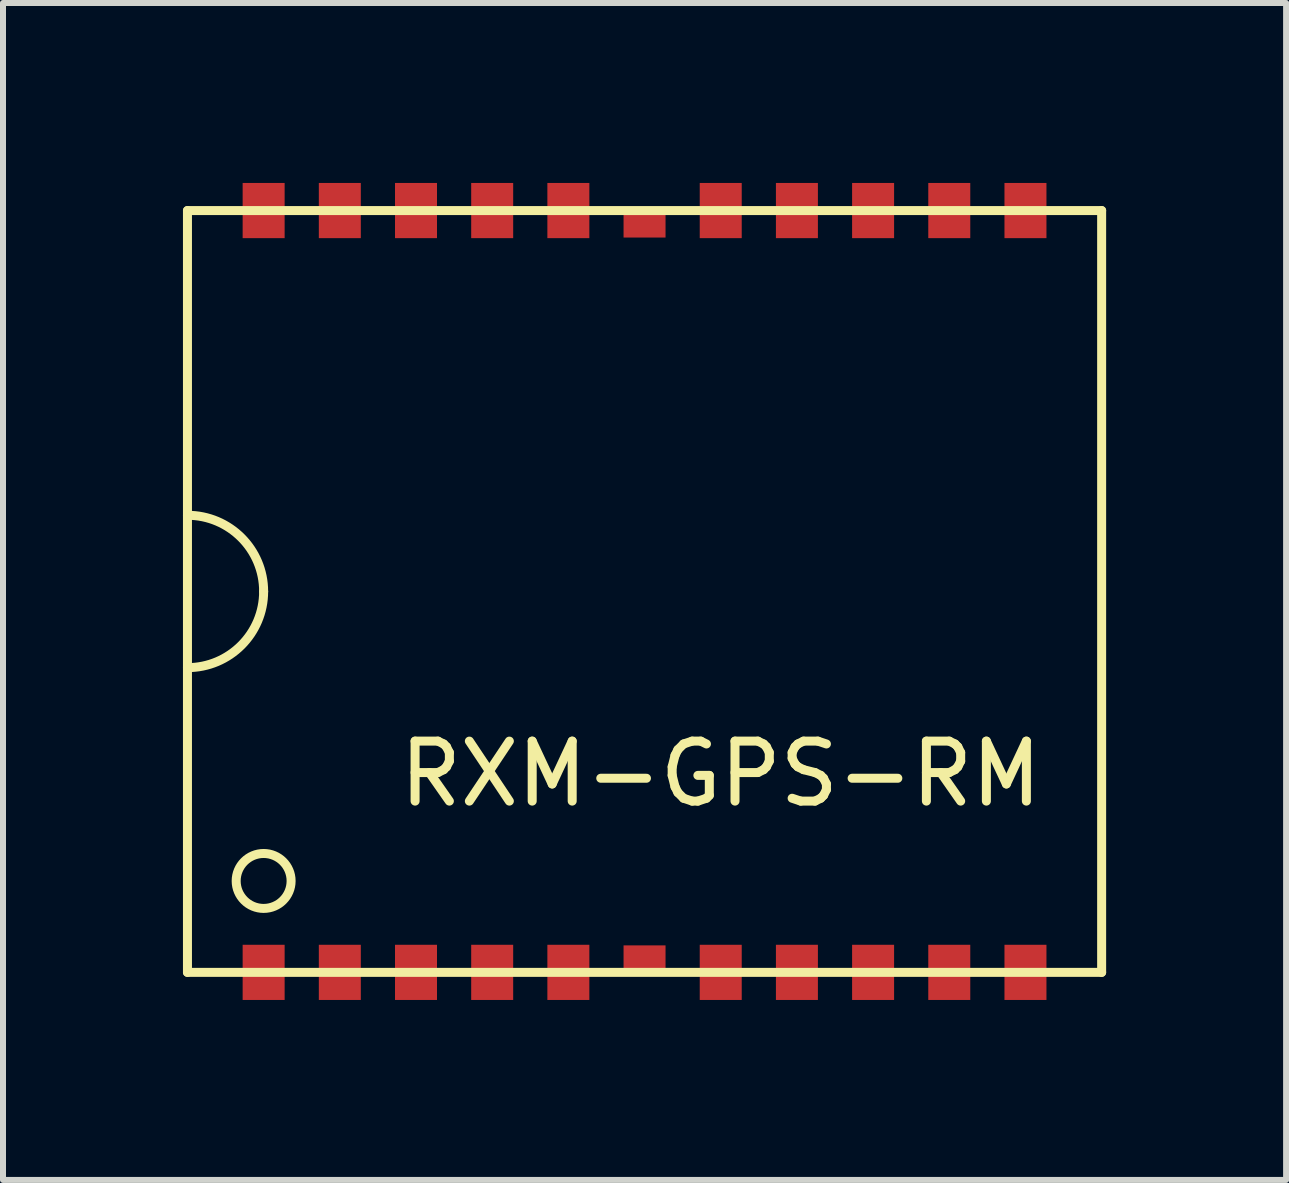
<source format=kicad_pcb>
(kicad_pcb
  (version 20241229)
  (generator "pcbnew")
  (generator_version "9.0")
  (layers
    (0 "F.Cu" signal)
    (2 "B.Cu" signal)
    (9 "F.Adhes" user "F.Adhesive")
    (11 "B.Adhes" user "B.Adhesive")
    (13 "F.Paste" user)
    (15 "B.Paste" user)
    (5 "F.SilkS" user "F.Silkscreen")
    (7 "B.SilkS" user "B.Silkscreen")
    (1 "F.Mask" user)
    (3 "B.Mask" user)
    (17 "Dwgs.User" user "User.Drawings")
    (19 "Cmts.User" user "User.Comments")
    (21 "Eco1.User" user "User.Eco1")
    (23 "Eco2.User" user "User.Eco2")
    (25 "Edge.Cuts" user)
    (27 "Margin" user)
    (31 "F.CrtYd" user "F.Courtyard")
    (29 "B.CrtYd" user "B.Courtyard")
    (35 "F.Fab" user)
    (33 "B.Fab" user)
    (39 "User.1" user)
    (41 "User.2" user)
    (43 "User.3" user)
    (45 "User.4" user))
  (footprint "RXM-GPS-RM"
    (layer "F.Cu")
    (at 7.695 6.81)
    (property "Reference" "RXM-GPS-RM" (at 1.27 3.04 0) (layer "F.SilkS") (effects (font (size 1 1) (thickness 0.15))))
    (attr through_hole)
    (fp_line (start -7.62 -6.35) (end 7.62 -6.35) (stroke (width 0.15) (type solid)) (layer "F.SilkS"))
    (fp_line (start -7.62 6.35) (end -7.62 -6.35) (stroke (width 0.15) (type solid)) (layer "F.SilkS"))
    (fp_line (start 7.62 -6.35) (end 7.62 6.35) (stroke (width 0.15) (type solid)) (layer "F.SilkS"))
    (fp_line (start 7.62 6.35) (end -7.62 6.35) (stroke (width 0.15) (type solid)) (layer "F.SilkS"))
    (fp_arc (start -7.62 -1.27) (mid -6.721974 -0.898026) (end -6.35 0) (stroke (width 0.15) (type solid)) (layer "F.SilkS"))
    (fp_arc (start -6.35 0) (mid -6.721974 0.898026) (end -7.62 1.27) (stroke (width 0.15) (type solid)) (layer "F.SilkS"))
    (fp_circle (center -6.35 4.826) (end -6.096 4.445) (stroke (width 0.15) (type solid)) (fill no) (layer "F.SilkS"))
    (pad "1" smd rect (at -6.35 6.35 90) (size 0.92 0.7) (layers "F.Cu" "F.Mask" "F.Paste"))
    (pad "2" smd rect (at -5.08 6.35 90) (size 0.92 0.7) (layers "F.Cu" "F.Mask" "F.Paste"))
    (pad "3" smd rect (at -3.81 6.35 90) (size 0.92 0.7) (layers "F.Cu" "F.Mask" "F.Paste"))
    (pad "4" smd rect (at -2.54 6.35 90) (size 0.92 0.7) (layers "F.Cu" "F.Mask" "F.Paste"))
    (pad "5" smd rect (at -1.27 6.35 90) (size 0.92 0.7) (layers "F.Cu" "F.Mask" "F.Paste"))
    (pad "6" smd rect (at 1.27 6.35 90) (size 0.92 0.7) (layers "F.Cu" "F.Mask" "F.Paste"))
    (pad "7" smd rect (at 2.54 6.35 90) (size 0.92 0.7) (layers "F.Cu" "F.Mask" "F.Paste"))
    (pad "8" smd rect (at 3.81 6.35 90) (size 0.92 0.7) (layers "F.Cu" "F.Mask" "F.Paste"))
    (pad "9" smd rect (at 5.08 6.35 90) (size 0.92 0.7) (layers "F.Cu" "F.Mask" "F.Paste"))
    (pad "10" smd rect (at 6.35 6.35 90) (size 0.92 0.7) (layers "F.Cu" "F.Mask" "F.Paste"))
    (pad "11" smd rect (at 6.35 -6.35 90) (size 0.92 0.7) (layers "F.Cu" "F.Mask" "F.Paste"))
    (pad "12" smd rect (at 5.08 -6.35 90) (size 0.92 0.7) (layers "F.Cu" "F.Mask" "F.Paste"))
    (pad "13" smd rect (at 3.81 -6.35 90) (size 0.92 0.7) (layers "F.Cu" "F.Mask" "F.Paste"))
    (pad "14" smd rect (at 2.54 -6.35 90) (size 0.92 0.7) (layers "F.Cu" "F.Mask" "F.Paste"))
    (pad "15" smd rect (at 1.27 -6.35 90) (size 0.92 0.7) (layers "F.Cu" "F.Mask" "F.Paste"))
    (pad "16" smd rect (at -1.27 -6.35 90) (size 0.92 0.7) (layers "F.Cu" "F.Mask" "F.Paste"))
    (pad "17" smd rect (at -2.54 -6.35 90) (size 0.92 0.7) (layers "F.Cu" "F.Mask" "F.Paste"))
    (pad "18" smd rect (at -3.81 -6.35 90) (size 0.92 0.7) (layers "F.Cu" "F.Mask" "F.Paste"))
    (pad "19" smd rect (at -5.08 -6.35 90) (size 0.92 0.7) (layers "F.Cu" "F.Mask" "F.Paste"))
    (pad "20" smd rect (at -6.35 -6.35 90) (size 0.92 0.7) (layers "F.Cu" "F.Mask" "F.Paste"))
    (pad "21" smd rect (at 0 6.15 90) (size 0.5 0.7) (layers "F.Cu" "F.Mask" "F.Paste"))
    (pad "22" smd rect (at 0 -6.15 90) (size 0.5 0.7) (layers "F.Cu" "F.Mask" "F.Paste")))
  (gr_rect
    (start -3 -3)
    (end 18.39 16.62)
    (stroke (width 0.1) (type default))
    (fill no)
    (layer "Edge.Cuts")))
</source>
